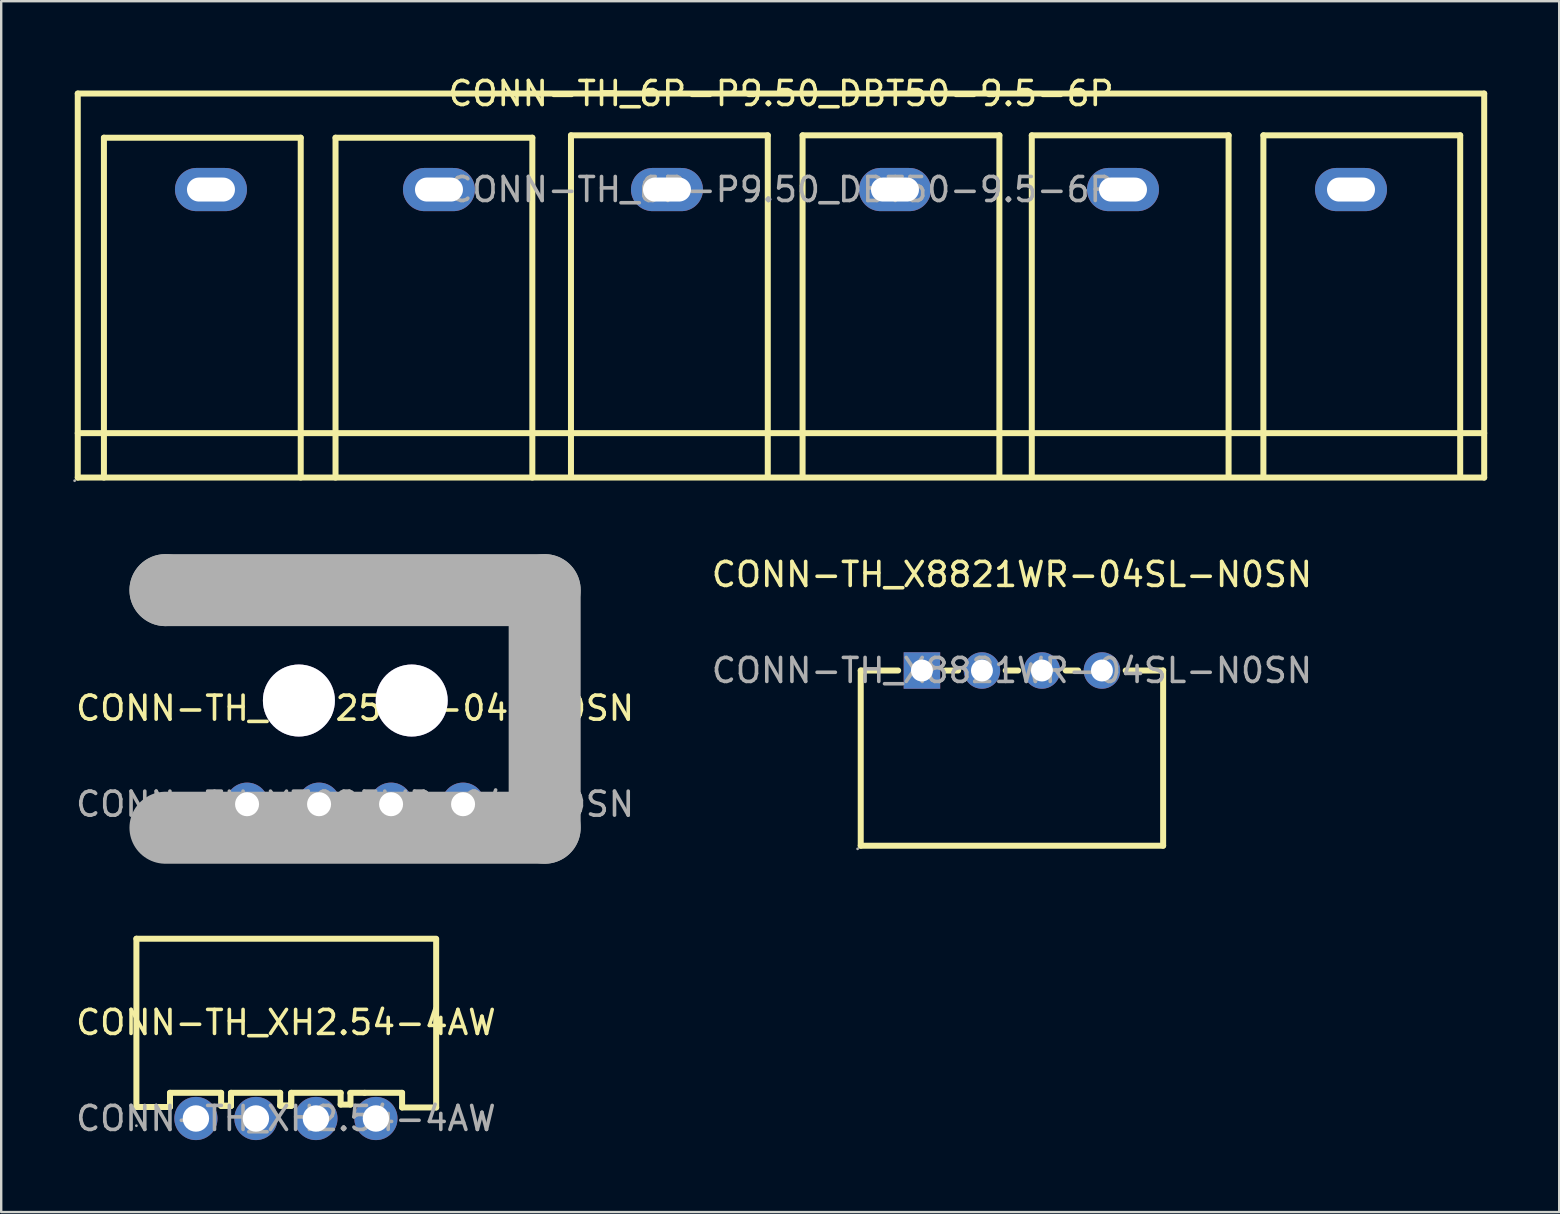
<source format=kicad_pcb>
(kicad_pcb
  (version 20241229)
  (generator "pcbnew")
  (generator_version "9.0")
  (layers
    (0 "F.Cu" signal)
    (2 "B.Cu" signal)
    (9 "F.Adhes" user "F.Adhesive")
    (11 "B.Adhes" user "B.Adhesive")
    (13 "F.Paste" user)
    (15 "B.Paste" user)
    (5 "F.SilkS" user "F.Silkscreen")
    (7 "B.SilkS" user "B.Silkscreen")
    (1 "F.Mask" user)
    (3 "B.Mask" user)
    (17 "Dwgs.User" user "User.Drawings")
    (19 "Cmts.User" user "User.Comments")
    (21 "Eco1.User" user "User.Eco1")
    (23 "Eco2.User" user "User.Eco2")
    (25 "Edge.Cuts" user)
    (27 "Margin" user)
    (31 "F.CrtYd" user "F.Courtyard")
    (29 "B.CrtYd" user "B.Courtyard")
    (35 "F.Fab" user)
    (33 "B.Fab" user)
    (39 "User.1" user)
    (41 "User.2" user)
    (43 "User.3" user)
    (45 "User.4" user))
  (footprint "CONN-TH_XH2.54-4AW"
    (layer "F.Cu")
    (at 8.863 43.553)
    (property "Reference" "CONN-TH_XH2.54-4AW" (at 0 -4 0) (layer "F.SilkS") (effects (font (size 1 1) (thickness 0.15))))
    (attr through_hole)
    (fp_line (start -6.23 -7.49) (end 6.26 -7.49) (stroke (width 0.25) (type solid)) (layer "F.SilkS"))
    (fp_line (start -6.23 -0.49) (end -6.23 -7.49) (stroke (width 0.25) (type solid)) (layer "F.SilkS"))
    (fp_line (start -6.23 -0.48) (end -5.27 -0.48) (stroke (width 0.25) (type solid)) (layer "F.SilkS"))
    (fp_line (start -5.27 -0.48) (end -4.83 -0.48) (stroke (width 0.25) (type solid)) (layer "F.SilkS"))
    (fp_line (start -4.83 -1.07) (end -2.7 -1.07) (stroke (width 0.25) (type solid)) (layer "F.SilkS"))
    (fp_line (start -4.83 -0.48) (end -4.83 -1.07) (stroke (width 0.25) (type solid)) (layer "F.SilkS"))
    (fp_line (start -2.7 -1.07) (end -2.7 -0.53) (stroke (width 0.25) (type solid)) (layer "F.SilkS"))
    (fp_line (start -2.7 -0.53) (end -2.29 -0.53) (stroke (width 0.25) (type solid)) (layer "F.SilkS"))
    (fp_line (start -2.68 -0.53) (end -2.29 -0.53) (stroke (width 0.25) (type solid)) (layer "F.SilkS"))
    (fp_line (start -2.29 -1.07) (end -0.24 -1.07) (stroke (width 0.25) (type solid)) (layer "F.SilkS"))
    (fp_line (start -2.29 -0.53) (end -2.29 -1.07) (stroke (width 0.25) (type solid)) (layer "F.SilkS"))
    (fp_line (start -2.29 -0.53) (end -2.29 -0.99) (stroke (width 0.25) (type solid)) (layer "F.SilkS"))
    (fp_line (start -0.24 -1.07) (end -0.24 -0.54) (stroke (width 0.25) (type solid)) (layer "F.SilkS"))
    (fp_line (start -0.24 -0.54) (end 0.22 -0.54) (stroke (width 0.25) (type solid)) (layer "F.SilkS"))
    (fp_line (start -0.24 -0.53) (end 0.22 -0.53) (stroke (width 0.25) (type solid)) (layer "F.SilkS"))
    (fp_line (start 0.22 -1.07) (end 2.28 -1.07) (stroke (width 0.25) (type solid)) (layer "F.SilkS"))
    (fp_line (start 0.22 -0.54) (end 0.22 -1) (stroke (width 0.25) (type solid)) (layer "F.SilkS"))
    (fp_line (start 0.22 -0.53) (end 0.22 -1.07) (stroke (width 0.25) (type solid)) (layer "F.SilkS"))
    (fp_line (start 2.28 -1.07) (end 2.28 -0.58) (stroke (width 0.25) (type solid)) (layer "F.SilkS"))
    (fp_line (start 2.28 -0.58) (end 2.69 -0.58) (stroke (width 0.25) (type solid)) (layer "F.SilkS"))
    (fp_line (start 2.68 -1.07) (end 3.28 -1.07) (stroke (width 0.25) (type solid)) (layer "F.SilkS"))
    (fp_line (start 2.69 -0.58) (end 2.69 -1.04) (stroke (width 0.25) (type solid)) (layer "F.SilkS"))
    (fp_line (start 3.28 -1.07) (end 4.84 -1.07) (stroke (width 0.25) (type solid)) (layer "F.SilkS"))
    (fp_line (start 4.84 -1.07) (end 4.84 -0.46) (stroke (width 0.25) (type solid)) (layer "F.SilkS"))
    (fp_line (start 4.84 -0.46) (end 6.26 -0.46) (stroke (width 0.25) (type solid)) (layer "F.SilkS"))
    (fp_line (start 6.26 -0.46) (end 6.26 -7.46) (stroke (width 0.25) (type solid)) (layer "F.SilkS"))
    (fp_circle (center -6.23 0.3) (end -6.2 0.3) (stroke (width 0.06) (type solid)) (fill no) (layer "F.Fab"))
    (fp_text user "${REFERENCE}" (at 0 0 0) (layer "F.Fab") (effects (font (size 1 1) (thickness 0.15))))
    (pad "1" thru_hole circle (at -3.75 0) (size 1.8 1.8) (drill 1.1) (layers "*.Cu" "*.Mask"))
    (pad "2" thru_hole circle (at -1.25 0) (size 1.8 1.8) (drill 1.1) (layers "*.Cu" "*.Mask"))
    (pad "3" thru_hole circle (at 1.25 0) (size 1.8 1.8) (drill 1.1) (layers "*.Cu" "*.Mask"))
    (pad "4" thru_hole circle (at 3.75 0) (size 1.8 1.8) (drill 1.1) (layers "*.Cu" "*.Mask")))
  (footprint "CONN-TH_X8821WR-04SL-N0SN"
    (layer "F.Cu")
    (at 39.113 24.887)
    (property "Reference" "CONN-TH_X8821WR-04SL-N0SN" (at 0 -4 0) (layer "F.SilkS") (effects (font (size 1 1) (thickness 0.15))))
    (attr through_hole)
    (fp_line (start -6.3 7.3) (end -6.3 0) (stroke (width 0.25) (type solid)) (layer "F.SilkS"))
    (fp_line (start -6.3 7.3) (end 6.3 7.3) (stroke (width 0.25) (type solid)) (layer "F.SilkS"))
    (fp_line (start -4.74 0) (end -6.3 0) (stroke (width 0.25) (type solid)) (layer "F.SilkS"))
    (fp_line (start -2.24 0) (end -2.76 0) (stroke (width 0.25) (type solid)) (layer "F.SilkS"))
    (fp_line (start 0.26 0) (end -0.26 0) (stroke (width 0.25) (type solid)) (layer "F.SilkS"))
    (fp_line (start 2.76 0) (end 2.24 0) (stroke (width 0.25) (type solid)) (layer "F.SilkS"))
    (fp_line (start 6.3 0) (end 4.74 0) (stroke (width 0.25) (type solid)) (layer "F.SilkS"))
    (fp_line (start 6.3 7.3) (end 6.3 0) (stroke (width 0.25) (type solid)) (layer "F.SilkS"))
    (fp_circle (center -6.43 7.43) (end -6.4 7.43) (stroke (width 0.06) (type solid)) (fill no) (layer "F.Fab"))
    (fp_circle (center -3.75 0) (end -3.57 0) (stroke (width 0.36) (type solid)) (fill no) (layer "F.Fab"))
    (fp_circle (center -1.25 0) (end -1.07 0) (stroke (width 0.36) (type solid)) (fill no) (layer "F.Fab"))
    (fp_circle (center 1.25 0) (end 1.43 0) (stroke (width 0.36) (type solid)) (fill no) (layer "F.Fab"))
    (fp_circle (center 3.75 0) (end 3.93 0) (stroke (width 0.36) (type solid)) (fill no) (layer "F.Fab"))
    (fp_text user "${REFERENCE}" (at 0 0 0) (layer "F.Fab") (effects (font (size 1 1) (thickness 0.15))))
    (pad "1" thru_hole rect (at -3.75 0) (size 1.52 1.52) (drill 0.914) (layers "*.Cu" "*.Mask"))
    (pad "2" thru_hole circle (at -1.25 0) (size 1.52 1.52) (drill 0.914) (layers "*.Cu" "*.Mask"))
    (pad "3" thru_hole circle (at 1.25 0) (size 1.52 1.52) (drill 0.914) (layers "*.Cu" "*.Mask"))
    (pad "4" thru_hole circle (at 3.75 0) (size 1.52 1.52) (drill 0.914) (layers "*.Cu" "*.Mask")))
  (footprint "CONN-TH_X3025WR-04-N0SN"
    (layer "F.Cu")
    (at 11.744 30.458)
    (property "Reference" "CONN-TH_X3025WR-04-N0SN" (at 0 -4 0) (layer "F.SilkS") (effects (font (size 1 1) (thickness 0.15))))
    (attr through_hole)
    (fp_line (start -7.9 -8.92) (end -7.9 -8.92) (stroke (width 3) (type solid)) (layer "F.Fab"))
    (fp_line (start -7.9 -8.92) (end 7.9 -8.92) (stroke (width 3) (type solid)) (layer "F.Fab"))
    (fp_line (start 7.9 -8.92) (end 7.9 0.98) (stroke (width 3) (type solid)) (layer "F.Fab"))
    (fp_line (start 7.9 0.98) (end -7.9 0.98) (stroke (width 3) (type solid)) (layer "F.Fab"))
    (fp_circle (center -8.03 1.11) (end -8 1.11) (stroke (width 0.06) (type solid)) (fill no) (layer "F.Fab"))
    (fp_circle (center -4.5 0) (end -4.3 0) (stroke (width 0.4) (type solid)) (fill no) (layer "F.Fab"))
    (fp_circle (center -2.34 -4.32) (end -1.64 -4.32) (stroke (width 1.4) (type solid)) (fill no) (layer "F.Fab"))
    (fp_circle (center -1.5 0) (end -1.3 0) (stroke (width 0.4) (type solid)) (fill no) (layer "F.Fab"))
    (fp_circle (center 1.5 0) (end 1.7 0) (stroke (width 0.4) (type solid)) (fill no) (layer "F.Fab"))
    (fp_circle (center 2.36 -4.32) (end 3.06 -4.32) (stroke (width 1.4) (type solid)) (fill no) (layer "F.Fab"))
    (fp_circle (center 4.5 0) (end 4.7 0) (stroke (width 0.4) (type solid)) (fill no) (layer "F.Fab"))
    (fp_text user "${REFERENCE}" (at 0 0 0) (layer "F.Fab") (effects (font (size 1 1) (thickness 0.15))))
    (pad "" thru_hole circle (at -2.34 -4.32) (size 3 3) (drill 3) (layers "*.Cu" "*.Mask"))
    (pad "" thru_hole circle (at 2.36 -4.32) (size 3 3) (drill 3) (layers "*.Cu" "*.Mask"))
    (pad "1" thru_hole circle (at -4.5 0) (size 1.8 1.8) (drill 1) (layers "*.Cu" "*.Mask"))
    (pad "2" thru_hole circle (at -1.5 0) (size 1.8 1.8) (drill 1) (layers "*.Cu" "*.Mask"))
    (pad "3" thru_hole circle (at 1.5 0) (size 1.8 1.8) (drill 1) (layers "*.Cu" "*.Mask"))
    (pad "4" thru_hole circle (at 4.5 0) (size 1.8 1.8) (drill 1) (layers "*.Cu" "*.Mask")))
  (footprint "CONN-TH_6P-P9.50_DBT50-9.5-6P"
    (layer "F.Cu")
    (at 29.49 4.848)
    (property "Reference" "CONN-TH_6P-P9.50_DBT50-9.5-6P" (at 0 -4 0) (layer "F.SilkS") (effects (font (size 1 1) (thickness 0.15))))
    (attr through_hole)
    (fp_line (start -29.3 -4) (end -29.3 12) (stroke (width 0.25) (type solid)) (layer "F.SilkS"))
    (fp_line (start -29.3 -4) (end 29.3 -4) (stroke (width 0.25) (type solid)) (layer "F.SilkS"))
    (fp_line (start -29.3 10.15) (end 29.3 10.15) (stroke (width 0.25) (type solid)) (layer "F.SilkS"))
    (fp_line (start -29.3 12) (end 29.3 12) (stroke (width 0.25) (type solid)) (layer "F.SilkS"))
    (fp_line (start -28.21 -2.16) (end -20.01 -2.16) (stroke (width 0.25) (type solid)) (layer "F.SilkS"))
    (fp_line (start -28.21 12) (end -28.21 -2.16) (stroke (width 0.25) (type solid)) (layer "F.SilkS"))
    (fp_line (start -20.01 -2.16) (end -20.01 12) (stroke (width 0.25) (type solid)) (layer "F.SilkS"))
    (fp_line (start -18.56 -2.16) (end -18.56 12) (stroke (width 0.25) (type solid)) (layer "F.SilkS"))
    (fp_line (start -10.36 -2.16) (end -18.56 -2.16) (stroke (width 0.25) (type solid)) (layer "F.SilkS"))
    (fp_line (start -10.36 12) (end -10.36 -2.16) (stroke (width 0.25) (type solid)) (layer "F.SilkS"))
    (fp_line (start -8.75 -2.26) (end -0.55 -2.26) (stroke (width 0.25) (type solid)) (layer "F.SilkS"))
    (fp_line (start -8.75 11.9) (end -8.75 -2.26) (stroke (width 0.25) (type solid)) (layer "F.SilkS"))
    (fp_line (start -0.55 -2.26) (end -0.55 11.9) (stroke (width 0.25) (type solid)) (layer "F.SilkS"))
    (fp_line (start 0.9 -2.26) (end 0.9 11.9) (stroke (width 0.25) (type solid)) (layer "F.SilkS"))
    (fp_line (start 9.1 -2.26) (end 0.9 -2.26) (stroke (width 0.25) (type solid)) (layer "F.SilkS"))
    (fp_line (start 9.1 11.9) (end 9.1 -2.26) (stroke (width 0.25) (type solid)) (layer "F.SilkS"))
    (fp_line (start 10.45 -2.26) (end 18.65 -2.26) (stroke (width 0.25) (type solid)) (layer "F.SilkS"))
    (fp_line (start 10.45 11.9) (end 10.45 -2.26) (stroke (width 0.25) (type solid)) (layer "F.SilkS"))
    (fp_line (start 18.65 -2.26) (end 18.65 11.9) (stroke (width 0.25) (type solid)) (layer "F.SilkS"))
    (fp_line (start 20.1 -2.26) (end 20.1 11.9) (stroke (width 0.25) (type solid)) (layer "F.SilkS"))
    (fp_line (start 28.3 -2.26) (end 20.1 -2.26) (stroke (width 0.25) (type solid)) (layer "F.SilkS"))
    (fp_line (start 28.3 11.9) (end 28.3 -2.26) (stroke (width 0.25) (type solid)) (layer "F.SilkS"))
    (fp_line (start 29.3 -4) (end 29.3 12) (stroke (width 0.25) (type solid)) (layer "F.SilkS"))
    (fp_circle (center -29.43 12.13) (end -29.4 12.13) (stroke (width 0.06) (type solid)) (fill no) (layer "F.Fab"))
    (fp_text user "${REFERENCE}" (at 0 0 0) (layer "F.Fab") (effects (font (size 1 1) (thickness 0.15))))
    (pad "1" thru_hole oval (at -23.75 0) (size 3 1.8) (drill oval 2 1) (layers "*.Cu" "*.Mask"))
    (pad "2" thru_hole oval (at -14.25 0) (size 3 1.8) (drill oval 2 1) (layers "*.Cu" "*.Mask"))
    (pad "3" thru_hole oval (at -4.75 0) (size 3 1.8) (drill oval 2 1) (layers "*.Cu" "*.Mask"))
    (pad "4" thru_hole oval (at 4.75 0) (size 3 1.8) (drill oval 2 1) (layers "*.Cu" "*.Mask"))
    (pad "5" thru_hole oval (at 14.25 0) (size 3 1.8) (drill oval 2 1) (layers "*.Cu" "*.Mask"))
    (pad "6" thru_hole oval (at 23.75 0) (size 3 1.8) (drill oval 2 1) (layers "*.Cu" "*.Mask")))
  (gr_rect
    (start -3 -3)
    (end 61.915 47.453)
    (stroke (width 0.1) (type default))
    (fill no)
    (layer "Edge.Cuts")))
</source>
